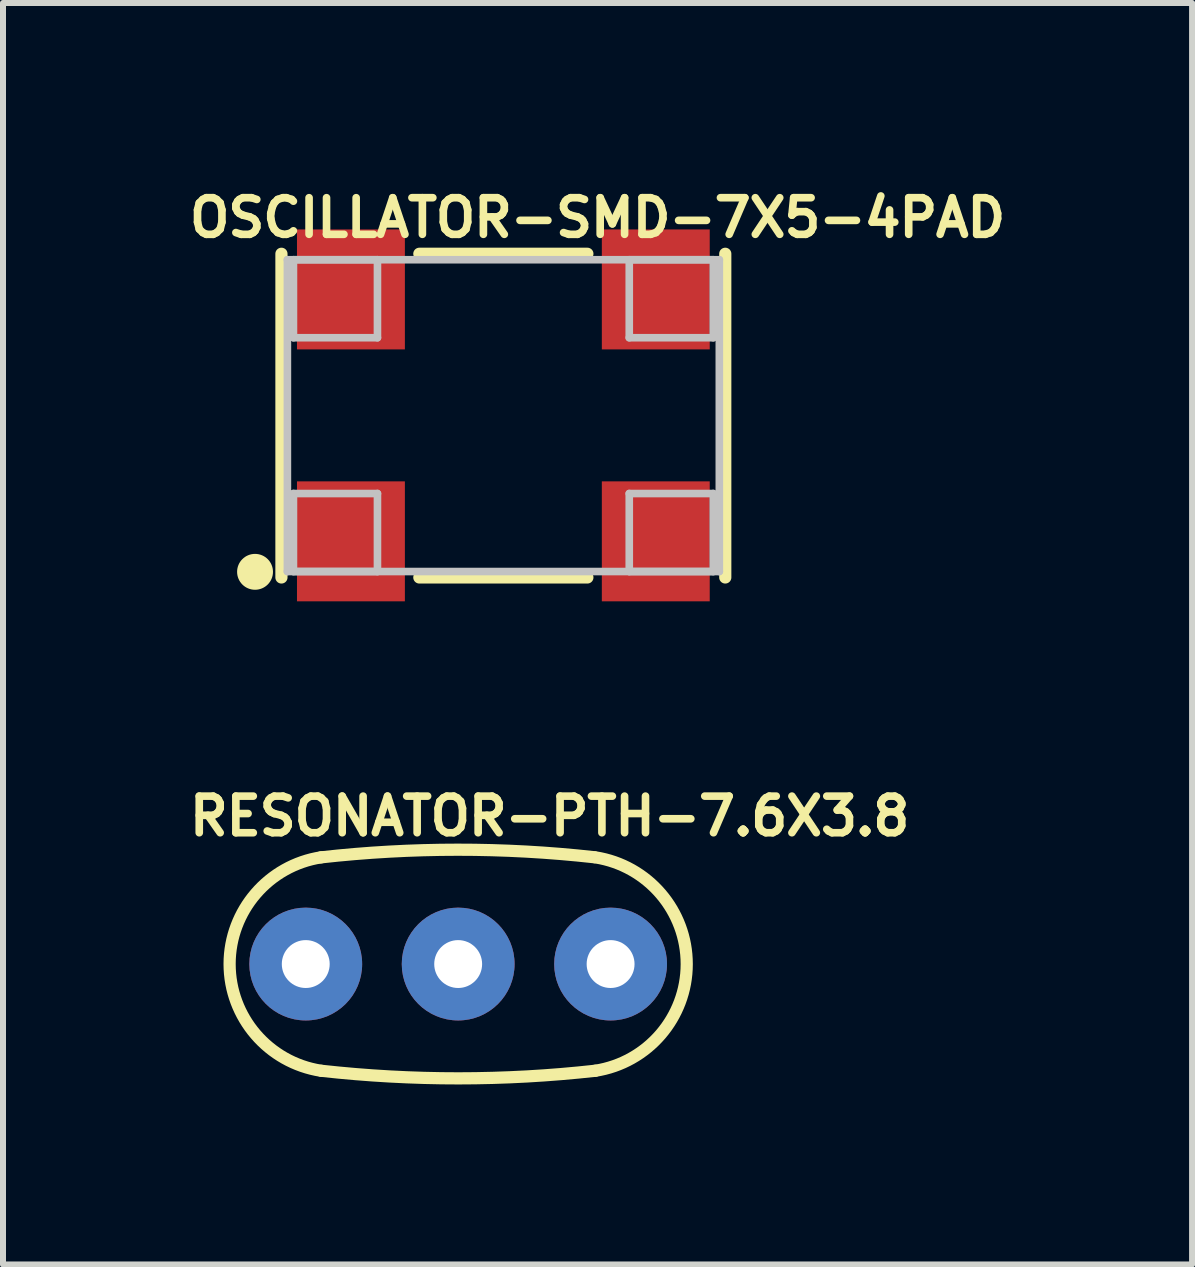
<source format=kicad_pcb>
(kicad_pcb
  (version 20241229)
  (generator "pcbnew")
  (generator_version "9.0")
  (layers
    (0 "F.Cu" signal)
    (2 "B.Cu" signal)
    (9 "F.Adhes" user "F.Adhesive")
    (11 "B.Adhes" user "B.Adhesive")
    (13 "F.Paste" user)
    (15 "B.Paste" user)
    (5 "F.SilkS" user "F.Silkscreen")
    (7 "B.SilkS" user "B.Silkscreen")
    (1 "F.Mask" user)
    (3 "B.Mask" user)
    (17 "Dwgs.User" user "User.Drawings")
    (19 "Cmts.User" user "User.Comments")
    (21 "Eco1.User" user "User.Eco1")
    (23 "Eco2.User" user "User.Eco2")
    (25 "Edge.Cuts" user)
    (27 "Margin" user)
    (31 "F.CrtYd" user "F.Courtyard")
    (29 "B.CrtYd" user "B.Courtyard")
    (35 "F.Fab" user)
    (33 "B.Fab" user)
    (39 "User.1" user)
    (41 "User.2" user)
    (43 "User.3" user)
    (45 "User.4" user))
  (footprint "OSCILLATOR-SMD-7X5-4PAD"
    (layer "F.Cu")
    (at 5.338 3.876)
    (property "Reference" "OSCILLATOR-SMD-7X5-4PAD" (at 1.57 -3.297 0) (layer "F.SilkS") (effects (font (size 0.61 0.61) (thickness 0.127))))
    (attr smd)
    (fp_line (start -3.698 -2.697) (end -3.698 2.697) (stroke (width 0.203) (type solid)) (layer "F.SilkS"))
    (fp_line (start -1.4 2.697) (end 1.4 2.697) (stroke (width 0.203) (type solid)) (layer "F.SilkS"))
    (fp_line (start 1.4 -2.697) (end -1.4 -2.697) (stroke (width 0.203) (type solid)) (layer "F.SilkS"))
    (fp_line (start 3.698 2.697) (end 3.698 -2.697) (stroke (width 0.203) (type solid)) (layer "F.SilkS"))
    (fp_circle (center -4.138 2.603) (end -4.138 2.304) (stroke (width 0) (type solid)) (fill yes) (layer "F.SilkS"))
    (fp_line (start -3.599 -2.598) (end -3.599 2.598) (stroke (width 0.127) (type solid)) (layer "Dwgs.User"))
    (fp_line (start -3.599 2.598) (end 3.599 2.598) (stroke (width 0.127) (type solid)) (layer "Dwgs.User"))
    (fp_line (start -3.498 -2.598) (end -2.098 -2.598) (stroke (width 0.127) (type solid)) (layer "Dwgs.User"))
    (fp_line (start -3.498 -1.298) (end -3.498 -2.598) (stroke (width 0.127) (type solid)) (layer "Dwgs.User"))
    (fp_line (start -3.498 1.298) (end -3.498 2.598) (stroke (width 0.127) (type solid)) (layer "Dwgs.User"))
    (fp_line (start -3.498 2.598) (end -2.098 2.598) (stroke (width 0.127) (type solid)) (layer "Dwgs.User"))
    (fp_line (start -2.098 -2.598) (end -2.098 -1.298) (stroke (width 0.127) (type solid)) (layer "Dwgs.User"))
    (fp_line (start -2.098 -1.298) (end -3.498 -1.298) (stroke (width 0.127) (type solid)) (layer "Dwgs.User"))
    (fp_line (start -2.098 1.298) (end -3.498 1.298) (stroke (width 0.127) (type solid)) (layer "Dwgs.User"))
    (fp_line (start -2.098 2.598) (end -2.098 1.298) (stroke (width 0.127) (type solid)) (layer "Dwgs.User"))
    (fp_line (start 2.098 -2.598) (end 2.098 -1.298) (stroke (width 0.127) (type solid)) (layer "Dwgs.User"))
    (fp_line (start 2.098 -1.298) (end 3.498 -1.298) (stroke (width 0.127) (type solid)) (layer "Dwgs.User"))
    (fp_line (start 2.098 1.298) (end 3.498 1.298) (stroke (width 0.127) (type solid)) (layer "Dwgs.User"))
    (fp_line (start 2.098 2.598) (end 2.098 1.298) (stroke (width 0.127) (type solid)) (layer "Dwgs.User"))
    (fp_line (start 3.498 -2.598) (end 2.098 -2.598) (stroke (width 0.127) (type solid)) (layer "Dwgs.User"))
    (fp_line (start 3.498 -1.298) (end 3.498 -2.598) (stroke (width 0.127) (type solid)) (layer "Dwgs.User"))
    (fp_line (start 3.498 1.298) (end 3.498 2.598) (stroke (width 0.127) (type solid)) (layer "Dwgs.User"))
    (fp_line (start 3.498 2.598) (end 2.098 2.598) (stroke (width 0.127) (type solid)) (layer "Dwgs.User"))
    (fp_line (start 3.599 -2.598) (end -3.599 -2.598) (stroke (width 0.127) (type solid)) (layer "Dwgs.User"))
    (fp_line (start 3.599 2.598) (end 3.599 -2.598) (stroke (width 0.127) (type solid)) (layer "Dwgs.User"))
    (pad "1" smd rect (at -2.54 2.095 90) (size 1.999 1.798) (layers "F.Cu" "F.Mask" "F.Paste"))
    (pad "2" smd rect (at 2.54 2.095 90) (size 1.999 1.798) (layers "F.Cu" "F.Mask" "F.Paste"))
    (pad "3" smd rect (at 2.54 -2.103 90) (size 1.999 1.798) (layers "F.Cu" "F.Mask" "F.Paste"))
    (pad "4" smd rect (at -2.54 -2.103 90) (size 1.999 1.798) (layers "F.Cu" "F.Mask" "F.Paste")))
  (footprint "RESONATOR-PTH-7.6X3.8"
    (layer "F.Cu")
    (at 4.585 13.015)
    (property "Reference" "RESONATOR-PTH-7.6X3.8" (at 1.524 -2.464 0) (layer "F.SilkS") (effects (font (size 0.61 0.61) (thickness 0.127))))
    (attr exclude_from_pos_files exclude_from_bom)
    (fp_arc (start -2.286 -1.778) (mid -0.010503 -1.905389) (end 2.265123 -1.780323) (stroke (width 0.2032) (type solid)) (layer "F.SilkS"))
    (fp_arc (start -2.286 1.778) (mid -3.808566 -0.001592) (end -2.282853 -1.778487) (stroke (width 0.2032) (type solid)) (layer "F.SilkS"))
    (fp_arc (start 2.286 -1.778) (mid 3.808566 0.001592) (end 2.282853 1.778487) (stroke (width 0.2032) (type solid)) (layer "F.SilkS"))
    (fp_arc (start 2.286 1.778) (mid 0.003479 1.905) (end -2.279084 1.77877) (stroke (width 0.2032) (type solid)) (layer "F.SilkS"))
    (pad "1" thru_hole circle (at -2.54 0) (size 1.88 1.88) (drill 0.798) (layers "*.Cu" "*.Paste" "*.Mask"))
    (pad "2" thru_hole circle (at 0 0) (size 1.88 1.88) (drill 0.798) (layers "*.Cu" "*.Paste" "*.Mask"))
    (pad "3" thru_hole circle (at 2.54 0) (size 1.88 1.88) (drill 0.798) (layers "*.Cu" "*.Paste" "*.Mask")))
  (gr_rect
    (start -3 -3)
    (end 16.815 18.021)
    (stroke (width 0.1) (type default))
    (fill no)
    (layer "Edge.Cuts")))
</source>
